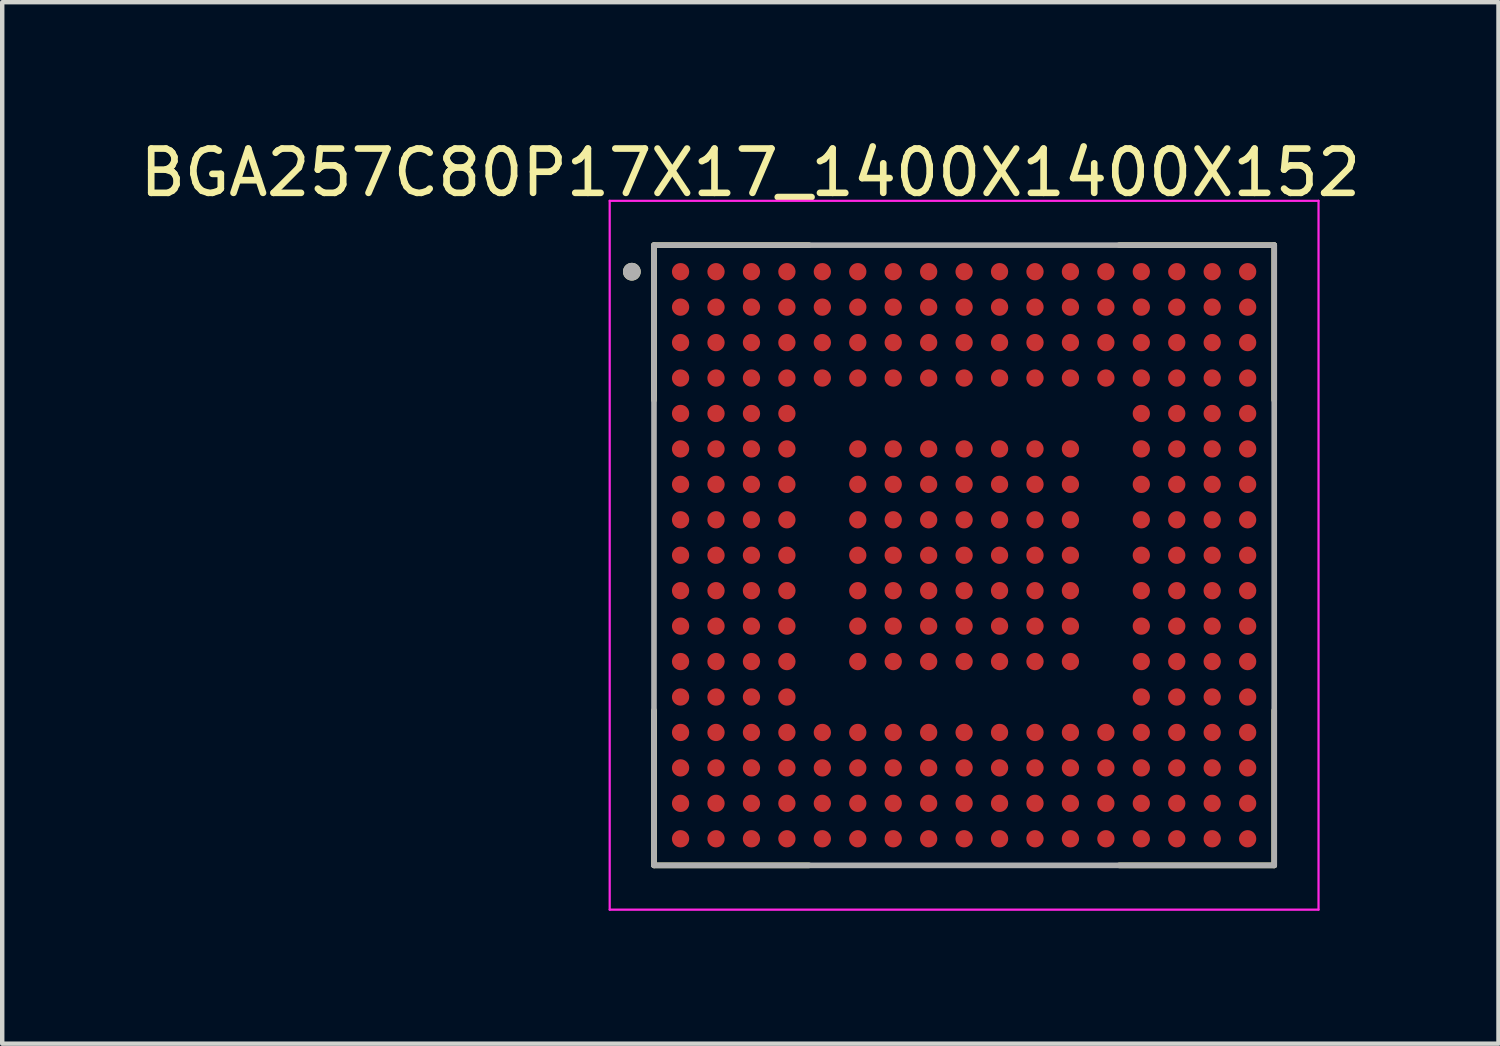
<source format=kicad_pcb>
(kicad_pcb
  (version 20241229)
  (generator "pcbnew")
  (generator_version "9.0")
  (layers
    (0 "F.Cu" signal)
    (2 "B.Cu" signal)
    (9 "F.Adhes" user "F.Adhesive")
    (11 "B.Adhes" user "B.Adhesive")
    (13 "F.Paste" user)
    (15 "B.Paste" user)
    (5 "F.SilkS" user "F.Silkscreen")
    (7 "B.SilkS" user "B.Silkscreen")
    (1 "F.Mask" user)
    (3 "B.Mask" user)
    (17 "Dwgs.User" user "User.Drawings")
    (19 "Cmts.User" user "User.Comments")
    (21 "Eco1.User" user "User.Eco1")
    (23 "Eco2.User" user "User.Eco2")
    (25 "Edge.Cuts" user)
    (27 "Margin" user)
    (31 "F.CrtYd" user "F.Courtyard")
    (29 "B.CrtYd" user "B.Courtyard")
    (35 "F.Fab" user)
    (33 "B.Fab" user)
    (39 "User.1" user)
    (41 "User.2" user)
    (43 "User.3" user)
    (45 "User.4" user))
  (footprint "BGA257C80P17X17_1400X1400X152"
    (layer "F.Cu")
    (at 18.712 9.483)
    (property "Reference" "BGA257C80P17X17_1400X1400X152" (at -4.825 -8.635 0) (layer "F.SilkS") (effects (font (size 1 1) (thickness 0.15))))
    (attr through_hole)
    (fp_line (start -7 -7) (end -7 -3.5) (stroke (width 0.127) (type solid)) (layer "F.SilkS"))
    (fp_line (start -7 -7) (end -3.5 -7) (stroke (width 0.127) (type solid)) (layer "F.SilkS"))
    (fp_line (start -7 7) (end -7 3.5) (stroke (width 0.127) (type solid)) (layer "F.SilkS"))
    (fp_line (start -7 7) (end -3.5 7) (stroke (width 0.127) (type solid)) (layer "F.SilkS"))
    (fp_line (start 7 -7) (end 3.5 -7) (stroke (width 0.127) (type solid)) (layer "F.SilkS"))
    (fp_line (start 7 -7) (end 7 -3.5) (stroke (width 0.127) (type solid)) (layer "F.SilkS"))
    (fp_line (start 7 7) (end 3.5 7) (stroke (width 0.127) (type solid)) (layer "F.SilkS"))
    (fp_line (start 7 7) (end 7 3.5) (stroke (width 0.127) (type solid)) (layer "F.SilkS"))
    (fp_circle (center -7.5 -6.4) (end -7.4 -6.4) (stroke (width 0.2) (type solid)) (fill no) (layer "F.SilkS"))
    (fp_line (start -8 -8) (end 8 -8) (stroke (width 0.05) (type solid)) (layer "F.CrtYd"))
    (fp_line (start -8 8) (end -8 -8) (stroke (width 0.05) (type solid)) (layer "F.CrtYd"))
    (fp_line (start -8 8) (end 8 8) (stroke (width 0.05) (type solid)) (layer "F.CrtYd"))
    (fp_line (start 8 8) (end 8 -8) (stroke (width 0.05) (type solid)) (layer "F.CrtYd"))
    (fp_line (start -7 7) (end -7 -7) (stroke (width 0.127) (type solid)) (layer "F.Fab"))
    (fp_line (start 7 -7) (end -7 -7) (stroke (width 0.127) (type solid)) (layer "F.Fab"))
    (fp_line (start 7 7) (end -7 7) (stroke (width 0.127) (type solid)) (layer "F.Fab"))
    (fp_line (start 7 7) (end 7 -7) (stroke (width 0.127) (type solid)) (layer "F.Fab"))
    (fp_circle (center -7.5 -6.4) (end -7.4 -6.4) (stroke (width 0.2) (type solid)) (fill no) (layer "F.Fab"))
    (pad "A1" smd circle (at -6.4 -6.4) (size 0.39 0.39) (layers "F.Cu" "F.Mask" "F.Paste"))
    (pad "A2" smd circle (at -5.6 -6.4) (size 0.39 0.39) (layers "F.Cu" "F.Mask" "F.Paste"))
    (pad "A3" smd circle (at -4.8 -6.4) (size 0.39 0.39) (layers "F.Cu" "F.Mask" "F.Paste"))
    (pad "A4" smd circle (at -4 -6.4) (size 0.39 0.39) (layers "F.Cu" "F.Mask" "F.Paste"))
    (pad "A5" smd circle (at -3.2 -6.4) (size 0.39 0.39) (layers "F.Cu" "F.Mask" "F.Paste"))
    (pad "A6" smd circle (at -2.4 -6.4) (size 0.39 0.39) (layers "F.Cu" "F.Mask" "F.Paste"))
    (pad "A7" smd circle (at -1.6 -6.4) (size 0.39 0.39) (layers "F.Cu" "F.Mask" "F.Paste"))
    (pad "A8" smd circle (at -0.8 -6.4) (size 0.39 0.39) (layers "F.Cu" "F.Mask" "F.Paste"))
    (pad "A9" smd circle (at 0 -6.4) (size 0.39 0.39) (layers "F.Cu" "F.Mask" "F.Paste"))
    (pad "A10" smd circle (at 0.8 -6.4) (size 0.39 0.39) (layers "F.Cu" "F.Mask" "F.Paste"))
    (pad "A11" smd circle (at 1.6 -6.4) (size 0.39 0.39) (layers "F.Cu" "F.Mask" "F.Paste"))
    (pad "A12" smd circle (at 2.4 -6.4) (size 0.39 0.39) (layers "F.Cu" "F.Mask" "F.Paste"))
    (pad "A13" smd circle (at 3.2 -6.4) (size 0.39 0.39) (layers "F.Cu" "F.Mask" "F.Paste"))
    (pad "A14" smd circle (at 4 -6.4) (size 0.39 0.39) (layers "F.Cu" "F.Mask" "F.Paste"))
    (pad "A15" smd circle (at 4.8 -6.4) (size 0.39 0.39) (layers "F.Cu" "F.Mask" "F.Paste"))
    (pad "A16" smd circle (at 5.6 -6.4) (size 0.39 0.39) (layers "F.Cu" "F.Mask" "F.Paste"))
    (pad "A17" smd circle (at 6.4 -6.4) (size 0.39 0.39) (layers "F.Cu" "F.Mask" "F.Paste"))
    (pad "B1" smd circle (at -6.4 -5.6) (size 0.39 0.39) (layers "F.Cu" "F.Mask" "F.Paste"))
    (pad "B2" smd circle (at -5.6 -5.6) (size 0.39 0.39) (layers "F.Cu" "F.Mask" "F.Paste"))
    (pad "B3" smd circle (at -4.8 -5.6) (size 0.39 0.39) (layers "F.Cu" "F.Mask" "F.Paste"))
    (pad "B4" smd circle (at -4 -5.6) (size 0.39 0.39) (layers "F.Cu" "F.Mask" "F.Paste"))
    (pad "B5" smd circle (at -3.2 -5.6) (size 0.39 0.39) (layers "F.Cu" "F.Mask" "F.Paste"))
    (pad "B6" smd circle (at -2.4 -5.6) (size 0.39 0.39) (layers "F.Cu" "F.Mask" "F.Paste"))
    (pad "B7" smd circle (at -1.6 -5.6) (size 0.39 0.39) (layers "F.Cu" "F.Mask" "F.Paste"))
    (pad "B8" smd circle (at -0.8 -5.6) (size 0.39 0.39) (layers "F.Cu" "F.Mask" "F.Paste"))
    (pad "B9" smd circle (at 0 -5.6) (size 0.39 0.39) (layers "F.Cu" "F.Mask" "F.Paste"))
    (pad "B10" smd circle (at 0.8 -5.6) (size 0.39 0.39) (layers "F.Cu" "F.Mask" "F.Paste"))
    (pad "B11" smd circle (at 1.6 -5.6) (size 0.39 0.39) (layers "F.Cu" "F.Mask" "F.Paste"))
    (pad "B12" smd circle (at 2.4 -5.6) (size 0.39 0.39) (layers "F.Cu" "F.Mask" "F.Paste"))
    (pad "B13" smd circle (at 3.2 -5.6) (size 0.39 0.39) (layers "F.Cu" "F.Mask" "F.Paste"))
    (pad "B14" smd circle (at 4 -5.6) (size 0.39 0.39) (layers "F.Cu" "F.Mask" "F.Paste"))
    (pad "B15" smd circle (at 4.8 -5.6) (size 0.39 0.39) (layers "F.Cu" "F.Mask" "F.Paste"))
    (pad "B16" smd circle (at 5.6 -5.6) (size 0.39 0.39) (layers "F.Cu" "F.Mask" "F.Paste"))
    (pad "B17" smd circle (at 6.4 -5.6) (size 0.39 0.39) (layers "F.Cu" "F.Mask" "F.Paste"))
    (pad "C1" smd circle (at -6.4 -4.8) (size 0.39 0.39) (layers "F.Cu" "F.Mask" "F.Paste"))
    (pad "C2" smd circle (at -5.6 -4.8) (size 0.39 0.39) (layers "F.Cu" "F.Mask" "F.Paste"))
    (pad "C3" smd circle (at -4.8 -4.8) (size 0.39 0.39) (layers "F.Cu" "F.Mask" "F.Paste"))
    (pad "C4" smd circle (at -4 -4.8) (size 0.39 0.39) (layers "F.Cu" "F.Mask" "F.Paste"))
    (pad "C5" smd circle (at -3.2 -4.8) (size 0.39 0.39) (layers "F.Cu" "F.Mask" "F.Paste"))
    (pad "C6" smd circle (at -2.4 -4.8) (size 0.39 0.39) (layers "F.Cu" "F.Mask" "F.Paste"))
    (pad "C7" smd circle (at -1.6 -4.8) (size 0.39 0.39) (layers "F.Cu" "F.Mask" "F.Paste"))
    (pad "C8" smd circle (at -0.8 -4.8) (size 0.39 0.39) (layers "F.Cu" "F.Mask" "F.Paste"))
    (pad "C9" smd circle (at 0 -4.8) (size 0.39 0.39) (layers "F.Cu" "F.Mask" "F.Paste"))
    (pad "C10" smd circle (at 0.8 -4.8) (size 0.39 0.39) (layers "F.Cu" "F.Mask" "F.Paste"))
    (pad "C11" smd circle (at 1.6 -4.8) (size 0.39 0.39) (layers "F.Cu" "F.Mask" "F.Paste"))
    (pad "C12" smd circle (at 2.4 -4.8) (size 0.39 0.39) (layers "F.Cu" "F.Mask" "F.Paste"))
    (pad "C13" smd circle (at 3.2 -4.8) (size 0.39 0.39) (layers "F.Cu" "F.Mask" "F.Paste"))
    (pad "C14" smd circle (at 4 -4.8) (size 0.39 0.39) (layers "F.Cu" "F.Mask" "F.Paste"))
    (pad "C15" smd circle (at 4.8 -4.8) (size 0.39 0.39) (layers "F.Cu" "F.Mask" "F.Paste"))
    (pad "C16" smd circle (at 5.6 -4.8) (size 0.39 0.39) (layers "F.Cu" "F.Mask" "F.Paste"))
    (pad "C17" smd circle (at 6.4 -4.8) (size 0.39 0.39) (layers "F.Cu" "F.Mask" "F.Paste"))
    (pad "D1" smd circle (at -6.4 -4) (size 0.39 0.39) (layers "F.Cu" "F.Mask" "F.Paste"))
    (pad "D2" smd circle (at -5.6 -4) (size 0.39 0.39) (layers "F.Cu" "F.Mask" "F.Paste"))
    (pad "D3" smd circle (at -4.8 -4) (size 0.39 0.39) (layers "F.Cu" "F.Mask" "F.Paste"))
    (pad "D4" smd circle (at -4 -4) (size 0.39 0.39) (layers "F.Cu" "F.Mask" "F.Paste"))
    (pad "D5" smd circle (at -3.2 -4) (size 0.39 0.39) (layers "F.Cu" "F.Mask" "F.Paste"))
    (pad "D6" smd circle (at -2.4 -4) (size 0.39 0.39) (layers "F.Cu" "F.Mask" "F.Paste"))
    (pad "D7" smd circle (at -1.6 -4) (size 0.39 0.39) (layers "F.Cu" "F.Mask" "F.Paste"))
    (pad "D8" smd circle (at -0.8 -4) (size 0.39 0.39) (layers "F.Cu" "F.Mask" "F.Paste"))
    (pad "D9" smd circle (at 0 -4) (size 0.39 0.39) (layers "F.Cu" "F.Mask" "F.Paste"))
    (pad "D10" smd circle (at 0.8 -4) (size 0.39 0.39) (layers "F.Cu" "F.Mask" "F.Paste"))
    (pad "D11" smd circle (at 1.6 -4) (size 0.39 0.39) (layers "F.Cu" "F.Mask" "F.Paste"))
    (pad "D12" smd circle (at 2.4 -4) (size 0.39 0.39) (layers "F.Cu" "F.Mask" "F.Paste"))
    (pad "D13" smd circle (at 3.2 -4) (size 0.39 0.39) (layers "F.Cu" "F.Mask" "F.Paste"))
    (pad "D14" smd circle (at 4 -4) (size 0.39 0.39) (layers "F.Cu" "F.Mask" "F.Paste"))
    (pad "D15" smd circle (at 4.8 -4) (size 0.39 0.39) (layers "F.Cu" "F.Mask" "F.Paste"))
    (pad "D16" smd circle (at 5.6 -4) (size 0.39 0.39) (layers "F.Cu" "F.Mask" "F.Paste"))
    (pad "D17" smd circle (at 6.4 -4) (size 0.39 0.39) (layers "F.Cu" "F.Mask" "F.Paste"))
    (pad "E1" smd circle (at -6.4 -3.2) (size 0.39 0.39) (layers "F.Cu" "F.Mask" "F.Paste"))
    (pad "E2" smd circle (at -5.6 -3.2) (size 0.39 0.39) (layers "F.Cu" "F.Mask" "F.Paste"))
    (pad "E3" smd circle (at -4.8 -3.2) (size 0.39 0.39) (layers "F.Cu" "F.Mask" "F.Paste"))
    (pad "E4" smd circle (at -4 -3.2) (size 0.39 0.39) (layers "F.Cu" "F.Mask" "F.Paste"))
    (pad "E14" smd circle (at 4 -3.2) (size 0.39 0.39) (layers "F.Cu" "F.Mask" "F.Paste"))
    (pad "E15" smd circle (at 4.8 -3.2) (size 0.39 0.39) (layers "F.Cu" "F.Mask" "F.Paste"))
    (pad "E16" smd circle (at 5.6 -3.2) (size 0.39 0.39) (layers "F.Cu" "F.Mask" "F.Paste"))
    (pad "E17" smd circle (at 6.4 -3.2) (size 0.39 0.39) (layers "F.Cu" "F.Mask" "F.Paste"))
    (pad "F1" smd circle (at -6.4 -2.4) (size 0.39 0.39) (layers "F.Cu" "F.Mask" "F.Paste"))
    (pad "F2" smd circle (at -5.6 -2.4) (size 0.39 0.39) (layers "F.Cu" "F.Mask" "F.Paste"))
    (pad "F3" smd circle (at -4.8 -2.4) (size 0.39 0.39) (layers "F.Cu" "F.Mask" "F.Paste"))
    (pad "F4" smd circle (at -4 -2.4) (size 0.39 0.39) (layers "F.Cu" "F.Mask" "F.Paste"))
    (pad "F6" smd circle (at -2.4 -2.4) (size 0.39 0.39) (layers "F.Cu" "F.Mask" "F.Paste"))
    (pad "F7" smd circle (at -1.6 -2.4) (size 0.39 0.39) (layers "F.Cu" "F.Mask" "F.Paste"))
    (pad "F8" smd circle (at -0.8 -2.4) (size 0.39 0.39) (layers "F.Cu" "F.Mask" "F.Paste"))
    (pad "F9" smd circle (at 0 -2.4) (size 0.39 0.39) (layers "F.Cu" "F.Mask" "F.Paste"))
    (pad "F10" smd circle (at 0.8 -2.4) (size 0.39 0.39) (layers "F.Cu" "F.Mask" "F.Paste"))
    (pad "F11" smd circle (at 1.6 -2.4) (size 0.39 0.39) (layers "F.Cu" "F.Mask" "F.Paste"))
    (pad "F12" smd circle (at 2.4 -2.4) (size 0.39 0.39) (layers "F.Cu" "F.Mask" "F.Paste"))
    (pad "F14" smd circle (at 4 -2.4) (size 0.39 0.39) (layers "F.Cu" "F.Mask" "F.Paste"))
    (pad "F15" smd circle (at 4.8 -2.4) (size 0.39 0.39) (layers "F.Cu" "F.Mask" "F.Paste"))
    (pad "F16" smd circle (at 5.6 -2.4) (size 0.39 0.39) (layers "F.Cu" "F.Mask" "F.Paste"))
    (pad "F17" smd circle (at 6.4 -2.4) (size 0.39 0.39) (layers "F.Cu" "F.Mask" "F.Paste"))
    (pad "G1" smd circle (at -6.4 -1.6) (size 0.39 0.39) (layers "F.Cu" "F.Mask" "F.Paste"))
    (pad "G2" smd circle (at -5.6 -1.6) (size 0.39 0.39) (layers "F.Cu" "F.Mask" "F.Paste"))
    (pad "G3" smd circle (at -4.8 -1.6) (size 0.39 0.39) (layers "F.Cu" "F.Mask" "F.Paste"))
    (pad "G4" smd circle (at -4 -1.6) (size 0.39 0.39) (layers "F.Cu" "F.Mask" "F.Paste"))
    (pad "G6" smd circle (at -2.4 -1.6) (size 0.39 0.39) (layers "F.Cu" "F.Mask" "F.Paste"))
    (pad "G7" smd circle (at -1.6 -1.6) (size 0.39 0.39) (layers "F.Cu" "F.Mask" "F.Paste"))
    (pad "G8" smd circle (at -0.8 -1.6) (size 0.39 0.39) (layers "F.Cu" "F.Mask" "F.Paste"))
    (pad "G9" smd circle (at 0 -1.6) (size 0.39 0.39) (layers "F.Cu" "F.Mask" "F.Paste"))
    (pad "G10" smd circle (at 0.8 -1.6) (size 0.39 0.39) (layers "F.Cu" "F.Mask" "F.Paste"))
    (pad "G11" smd circle (at 1.6 -1.6) (size 0.39 0.39) (layers "F.Cu" "F.Mask" "F.Paste"))
    (pad "G12" smd circle (at 2.4 -1.6) (size 0.39 0.39) (layers "F.Cu" "F.Mask" "F.Paste"))
    (pad "G14" smd circle (at 4 -1.6) (size 0.39 0.39) (layers "F.Cu" "F.Mask" "F.Paste"))
    (pad "G15" smd circle (at 4.8 -1.6) (size 0.39 0.39) (layers "F.Cu" "F.Mask" "F.Paste"))
    (pad "G16" smd circle (at 5.6 -1.6) (size 0.39 0.39) (layers "F.Cu" "F.Mask" "F.Paste"))
    (pad "G17" smd circle (at 6.4 -1.6) (size 0.39 0.39) (layers "F.Cu" "F.Mask" "F.Paste"))
    (pad "H1" smd circle (at -6.4 -0.8) (size 0.39 0.39) (layers "F.Cu" "F.Mask" "F.Paste"))
    (pad "H2" smd circle (at -5.6 -0.8) (size 0.39 0.39) (layers "F.Cu" "F.Mask" "F.Paste"))
    (pad "H3" smd circle (at -4.8 -0.8) (size 0.39 0.39) (layers "F.Cu" "F.Mask" "F.Paste"))
    (pad "H4" smd circle (at -4 -0.8) (size 0.39 0.39) (layers "F.Cu" "F.Mask" "F.Paste"))
    (pad "H6" smd circle (at -2.4 -0.8) (size 0.39 0.39) (layers "F.Cu" "F.Mask" "F.Paste"))
    (pad "H7" smd circle (at -1.6 -0.8) (size 0.39 0.39) (layers "F.Cu" "F.Mask" "F.Paste"))
    (pad "H8" smd circle (at -0.8 -0.8) (size 0.39 0.39) (layers "F.Cu" "F.Mask" "F.Paste"))
    (pad "H9" smd circle (at 0 -0.8) (size 0.39 0.39) (layers "F.Cu" "F.Mask" "F.Paste"))
    (pad "H10" smd circle (at 0.8 -0.8) (size 0.39 0.39) (layers "F.Cu" "F.Mask" "F.Paste"))
    (pad "H11" smd circle (at 1.6 -0.8) (size 0.39 0.39) (layers "F.Cu" "F.Mask" "F.Paste"))
    (pad "H12" smd circle (at 2.4 -0.8) (size 0.39 0.39) (layers "F.Cu" "F.Mask" "F.Paste"))
    (pad "H14" smd circle (at 4 -0.8) (size 0.39 0.39) (layers "F.Cu" "F.Mask" "F.Paste"))
    (pad "H15" smd circle (at 4.8 -0.8) (size 0.39 0.39) (layers "F.Cu" "F.Mask" "F.Paste"))
    (pad "H16" smd circle (at 5.6 -0.8) (size 0.39 0.39) (layers "F.Cu" "F.Mask" "F.Paste"))
    (pad "H17" smd circle (at 6.4 -0.8) (size 0.39 0.39) (layers "F.Cu" "F.Mask" "F.Paste"))
    (pad "J1" smd circle (at -6.4 0) (size 0.39 0.39) (layers "F.Cu" "F.Mask" "F.Paste"))
    (pad "J2" smd circle (at -5.6 0) (size 0.39 0.39) (layers "F.Cu" "F.Mask" "F.Paste"))
    (pad "J3" smd circle (at -4.8 0) (size 0.39 0.39) (layers "F.Cu" "F.Mask" "F.Paste"))
    (pad "J4" smd circle (at -4 0) (size 0.39 0.39) (layers "F.Cu" "F.Mask" "F.Paste"))
    (pad "J6" smd circle (at -2.4 0) (size 0.39 0.39) (layers "F.Cu" "F.Mask" "F.Paste"))
    (pad "J7" smd circle (at -1.6 0) (size 0.39 0.39) (layers "F.Cu" "F.Mask" "F.Paste"))
    (pad "J8" smd circle (at -0.8 0) (size 0.39 0.39) (layers "F.Cu" "F.Mask" "F.Paste"))
    (pad "J9" smd circle (at 0 0) (size 0.39 0.39) (layers "F.Cu" "F.Mask" "F.Paste"))
    (pad "J10" smd circle (at 0.8 0) (size 0.39 0.39) (layers "F.Cu" "F.Mask" "F.Paste"))
    (pad "J11" smd circle (at 1.6 0) (size 0.39 0.39) (layers "F.Cu" "F.Mask" "F.Paste"))
    (pad "J12" smd circle (at 2.4 0) (size 0.39 0.39) (layers "F.Cu" "F.Mask" "F.Paste"))
    (pad "J14" smd circle (at 4 0) (size 0.39 0.39) (layers "F.Cu" "F.Mask" "F.Paste"))
    (pad "J15" smd circle (at 4.8 0) (size 0.39 0.39) (layers "F.Cu" "F.Mask" "F.Paste"))
    (pad "J16" smd circle (at 5.6 0) (size 0.39 0.39) (layers "F.Cu" "F.Mask" "F.Paste"))
    (pad "J17" smd circle (at 6.4 0) (size 0.39 0.39) (layers "F.Cu" "F.Mask" "F.Paste"))
    (pad "K1" smd circle (at -6.4 0.8) (size 0.39 0.39) (layers "F.Cu" "F.Mask" "F.Paste"))
    (pad "K2" smd circle (at -5.6 0.8) (size 0.39 0.39) (layers "F.Cu" "F.Mask" "F.Paste"))
    (pad "K3" smd circle (at -4.8 0.8) (size 0.39 0.39) (layers "F.Cu" "F.Mask" "F.Paste"))
    (pad "K4" smd circle (at -4 0.8) (size 0.39 0.39) (layers "F.Cu" "F.Mask" "F.Paste"))
    (pad "K6" smd circle (at -2.4 0.8) (size 0.39 0.39) (layers "F.Cu" "F.Mask" "F.Paste"))
    (pad "K7" smd circle (at -1.6 0.8) (size 0.39 0.39) (layers "F.Cu" "F.Mask" "F.Paste"))
    (pad "K8" smd circle (at -0.8 0.8) (size 0.39 0.39) (layers "F.Cu" "F.Mask" "F.Paste"))
    (pad "K9" smd circle (at 0 0.8) (size 0.39 0.39) (layers "F.Cu" "F.Mask" "F.Paste"))
    (pad "K10" smd circle (at 0.8 0.8) (size 0.39 0.39) (layers "F.Cu" "F.Mask" "F.Paste"))
    (pad "K11" smd circle (at 1.6 0.8) (size 0.39 0.39) (layers "F.Cu" "F.Mask" "F.Paste"))
    (pad "K12" smd circle (at 2.4 0.8) (size 0.39 0.39) (layers "F.Cu" "F.Mask" "F.Paste"))
    (pad "K14" smd circle (at 4 0.8) (size 0.39 0.39) (layers "F.Cu" "F.Mask" "F.Paste"))
    (pad "K15" smd circle (at 4.8 0.8) (size 0.39 0.39) (layers "F.Cu" "F.Mask" "F.Paste"))
    (pad "K16" smd circle (at 5.6 0.8) (size 0.39 0.39) (layers "F.Cu" "F.Mask" "F.Paste"))
    (pad "K17" smd circle (at 6.4 0.8) (size 0.39 0.39) (layers "F.Cu" "F.Mask" "F.Paste"))
    (pad "L1" smd circle (at -6.4 1.6) (size 0.39 0.39) (layers "F.Cu" "F.Mask" "F.Paste"))
    (pad "L2" smd circle (at -5.6 1.6) (size 0.39 0.39) (layers "F.Cu" "F.Mask" "F.Paste"))
    (pad "L3" smd circle (at -4.8 1.6) (size 0.39 0.39) (layers "F.Cu" "F.Mask" "F.Paste"))
    (pad "L4" smd circle (at -4 1.6) (size 0.39 0.39) (layers "F.Cu" "F.Mask" "F.Paste"))
    (pad "L6" smd circle (at -2.4 1.6) (size 0.39 0.39) (layers "F.Cu" "F.Mask" "F.Paste"))
    (pad "L7" smd circle (at -1.6 1.6) (size 0.39 0.39) (layers "F.Cu" "F.Mask" "F.Paste"))
    (pad "L8" smd circle (at -0.8 1.6) (size 0.39 0.39) (layers "F.Cu" "F.Mask" "F.Paste"))
    (pad "L9" smd circle (at 0 1.6) (size 0.39 0.39) (layers "F.Cu" "F.Mask" "F.Paste"))
    (pad "L10" smd circle (at 0.8 1.6) (size 0.39 0.39) (layers "F.Cu" "F.Mask" "F.Paste"))
    (pad "L11" smd circle (at 1.6 1.6) (size 0.39 0.39) (layers "F.Cu" "F.Mask" "F.Paste"))
    (pad "L12" smd circle (at 2.4 1.6) (size 0.39 0.39) (layers "F.Cu" "F.Mask" "F.Paste"))
    (pad "L14" smd circle (at 4 1.6) (size 0.39 0.39) (layers "F.Cu" "F.Mask" "F.Paste"))
    (pad "L15" smd circle (at 4.8 1.6) (size 0.39 0.39) (layers "F.Cu" "F.Mask" "F.Paste"))
    (pad "L16" smd circle (at 5.6 1.6) (size 0.39 0.39) (layers "F.Cu" "F.Mask" "F.Paste"))
    (pad "L17" smd circle (at 6.4 1.6) (size 0.39 0.39) (layers "F.Cu" "F.Mask" "F.Paste"))
    (pad "M1" smd circle (at -6.4 2.4) (size 0.39 0.39) (layers "F.Cu" "F.Mask" "F.Paste"))
    (pad "M2" smd circle (at -5.6 2.4) (size 0.39 0.39) (layers "F.Cu" "F.Mask" "F.Paste"))
    (pad "M3" smd circle (at -4.8 2.4) (size 0.39 0.39) (layers "F.Cu" "F.Mask" "F.Paste"))
    (pad "M4" smd circle (at -4 2.4) (size 0.39 0.39) (layers "F.Cu" "F.Mask" "F.Paste"))
    (pad "M6" smd circle (at -2.4 2.4) (size 0.39 0.39) (layers "F.Cu" "F.Mask" "F.Paste"))
    (pad "M7" smd circle (at -1.6 2.4) (size 0.39 0.39) (layers "F.Cu" "F.Mask" "F.Paste"))
    (pad "M8" smd circle (at -0.8 2.4) (size 0.39 0.39) (layers "F.Cu" "F.Mask" "F.Paste"))
    (pad "M9" smd circle (at 0 2.4) (size 0.39 0.39) (layers "F.Cu" "F.Mask" "F.Paste"))
    (pad "M10" smd circle (at 0.8 2.4) (size 0.39 0.39) (layers "F.Cu" "F.Mask" "F.Paste"))
    (pad "M11" smd circle (at 1.6 2.4) (size 0.39 0.39) (layers "F.Cu" "F.Mask" "F.Paste"))
    (pad "M12" smd circle (at 2.4 2.4) (size 0.39 0.39) (layers "F.Cu" "F.Mask" "F.Paste"))
    (pad "M14" smd circle (at 4 2.4) (size 0.39 0.39) (layers "F.Cu" "F.Mask" "F.Paste"))
    (pad "M15" smd circle (at 4.8 2.4) (size 0.39 0.39) (layers "F.Cu" "F.Mask" "F.Paste"))
    (pad "M16" smd circle (at 5.6 2.4) (size 0.39 0.39) (layers "F.Cu" "F.Mask" "F.Paste"))
    (pad "M17" smd circle (at 6.4 2.4) (size 0.39 0.39) (layers "F.Cu" "F.Mask" "F.Paste"))
    (pad "N1" smd circle (at -6.4 3.2) (size 0.39 0.39) (layers "F.Cu" "F.Mask" "F.Paste"))
    (pad "N2" smd circle (at -5.6 3.2) (size 0.39 0.39) (layers "F.Cu" "F.Mask" "F.Paste"))
    (pad "N3" smd circle (at -4.8 3.2) (size 0.39 0.39) (layers "F.Cu" "F.Mask" "F.Paste"))
    (pad "N4" smd circle (at -4 3.2) (size 0.39 0.39) (layers "F.Cu" "F.Mask" "F.Paste"))
    (pad "N14" smd circle (at 4 3.2) (size 0.39 0.39) (layers "F.Cu" "F.Mask" "F.Paste"))
    (pad "N15" smd circle (at 4.8 3.2) (size 0.39 0.39) (layers "F.Cu" "F.Mask" "F.Paste"))
    (pad "N16" smd circle (at 5.6 3.2) (size 0.39 0.39) (layers "F.Cu" "F.Mask" "F.Paste"))
    (pad "N17" smd circle (at 6.4 3.2) (size 0.39 0.39) (layers "F.Cu" "F.Mask" "F.Paste"))
    (pad "P1" smd circle (at -6.4 4) (size 0.39 0.39) (layers "F.Cu" "F.Mask" "F.Paste"))
    (pad "P2" smd circle (at -5.6 4) (size 0.39 0.39) (layers "F.Cu" "F.Mask" "F.Paste"))
    (pad "P3" smd circle (at -4.8 4) (size 0.39 0.39) (layers "F.Cu" "F.Mask" "F.Paste"))
    (pad "P4" smd circle (at -4 4) (size 0.39 0.39) (layers "F.Cu" "F.Mask" "F.Paste"))
    (pad "P5" smd circle (at -3.2 4) (size 0.39 0.39) (layers "F.Cu" "F.Mask" "F.Paste"))
    (pad "P6" smd circle (at -2.4 4) (size 0.39 0.39) (layers "F.Cu" "F.Mask" "F.Paste"))
    (pad "P7" smd circle (at -1.6 4) (size 0.39 0.39) (layers "F.Cu" "F.Mask" "F.Paste"))
    (pad "P8" smd circle (at -0.8 4) (size 0.39 0.39) (layers "F.Cu" "F.Mask" "F.Paste"))
    (pad "P9" smd circle (at 0 4) (size 0.39 0.39) (layers "F.Cu" "F.Mask" "F.Paste"))
    (pad "P10" smd circle (at 0.8 4) (size 0.39 0.39) (layers "F.Cu" "F.Mask" "F.Paste"))
    (pad "P11" smd circle (at 1.6 4) (size 0.39 0.39) (layers "F.Cu" "F.Mask" "F.Paste"))
    (pad "P12" smd circle (at 2.4 4) (size 0.39 0.39) (layers "F.Cu" "F.Mask" "F.Paste"))
    (pad "P13" smd circle (at 3.2 4) (size 0.39 0.39) (layers "F.Cu" "F.Mask" "F.Paste"))
    (pad "P14" smd circle (at 4 4) (size 0.39 0.39) (layers "F.Cu" "F.Mask" "F.Paste"))
    (pad "P15" smd circle (at 4.8 4) (size 0.39 0.39) (layers "F.Cu" "F.Mask" "F.Paste"))
    (pad "P16" smd circle (at 5.6 4) (size 0.39 0.39) (layers "F.Cu" "F.Mask" "F.Paste"))
    (pad "P17" smd circle (at 6.4 4) (size 0.39 0.39) (layers "F.Cu" "F.Mask" "F.Paste"))
    (pad "R1" smd circle (at -6.4 4.8) (size 0.39 0.39) (layers "F.Cu" "F.Mask" "F.Paste"))
    (pad "R2" smd circle (at -5.6 4.8) (size 0.39 0.39) (layers "F.Cu" "F.Mask" "F.Paste"))
    (pad "R3" smd circle (at -4.8 4.8) (size 0.39 0.39) (layers "F.Cu" "F.Mask" "F.Paste"))
    (pad "R4" smd circle (at -4 4.8) (size 0.39 0.39) (layers "F.Cu" "F.Mask" "F.Paste"))
    (pad "R5" smd circle (at -3.2 4.8) (size 0.39 0.39) (layers "F.Cu" "F.Mask" "F.Paste"))
    (pad "R6" smd circle (at -2.4 4.8) (size 0.39 0.39) (layers "F.Cu" "F.Mask" "F.Paste"))
    (pad "R7" smd circle (at -1.6 4.8) (size 0.39 0.39) (layers "F.Cu" "F.Mask" "F.Paste"))
    (pad "R8" smd circle (at -0.8 4.8) (size 0.39 0.39) (layers "F.Cu" "F.Mask" "F.Paste"))
    (pad "R9" smd circle (at 0 4.8) (size 0.39 0.39) (layers "F.Cu" "F.Mask" "F.Paste"))
    (pad "R10" smd circle (at 0.8 4.8) (size 0.39 0.39) (layers "F.Cu" "F.Mask" "F.Paste"))
    (pad "R11" smd circle (at 1.6 4.8) (size 0.39 0.39) (layers "F.Cu" "F.Mask" "F.Paste"))
    (pad "R12" smd circle (at 2.4 4.8) (size 0.39 0.39) (layers "F.Cu" "F.Mask" "F.Paste"))
    (pad "R13" smd circle (at 3.2 4.8) (size 0.39 0.39) (layers "F.Cu" "F.Mask" "F.Paste"))
    (pad "R14" smd circle (at 4 4.8) (size 0.39 0.39) (layers "F.Cu" "F.Mask" "F.Paste"))
    (pad "R15" smd circle (at 4.8 4.8) (size 0.39 0.39) (layers "F.Cu" "F.Mask" "F.Paste"))
    (pad "R16" smd circle (at 5.6 4.8) (size 0.39 0.39) (layers "F.Cu" "F.Mask" "F.Paste"))
    (pad "R17" smd circle (at 6.4 4.8) (size 0.39 0.39) (layers "F.Cu" "F.Mask" "F.Paste"))
    (pad "T1" smd circle (at -6.4 5.6) (size 0.39 0.39) (layers "F.Cu" "F.Mask" "F.Paste"))
    (pad "T2" smd circle (at -5.6 5.6) (size 0.39 0.39) (layers "F.Cu" "F.Mask" "F.Paste"))
    (pad "T3" smd circle (at -4.8 5.6) (size 0.39 0.39) (layers "F.Cu" "F.Mask" "F.Paste"))
    (pad "T4" smd circle (at -4 5.6) (size 0.39 0.39) (layers "F.Cu" "F.Mask" "F.Paste"))
    (pad "T5" smd circle (at -3.2 5.6) (size 0.39 0.39) (layers "F.Cu" "F.Mask" "F.Paste"))
    (pad "T6" smd circle (at -2.4 5.6) (size 0.39 0.39) (layers "F.Cu" "F.Mask" "F.Paste"))
    (pad "T7" smd circle (at -1.6 5.6) (size 0.39 0.39) (layers "F.Cu" "F.Mask" "F.Paste"))
    (pad "T8" smd circle (at -0.8 5.6) (size 0.39 0.39) (layers "F.Cu" "F.Mask" "F.Paste"))
    (pad "T9" smd circle (at 0 5.6) (size 0.39 0.39) (layers "F.Cu" "F.Mask" "F.Paste"))
    (pad "T10" smd circle (at 0.8 5.6) (size 0.39 0.39) (layers "F.Cu" "F.Mask" "F.Paste"))
    (pad "T11" smd circle (at 1.6 5.6) (size 0.39 0.39) (layers "F.Cu" "F.Mask" "F.Paste"))
    (pad "T12" smd circle (at 2.4 5.6) (size 0.39 0.39) (layers "F.Cu" "F.Mask" "F.Paste"))
    (pad "T13" smd circle (at 3.2 5.6) (size 0.39 0.39) (layers "F.Cu" "F.Mask" "F.Paste"))
    (pad "T14" smd circle (at 4 5.6) (size 0.39 0.39) (layers "F.Cu" "F.Mask" "F.Paste"))
    (pad "T15" smd circle (at 4.8 5.6) (size 0.39 0.39) (layers "F.Cu" "F.Mask" "F.Paste"))
    (pad "T16" smd circle (at 5.6 5.6) (size 0.39 0.39) (layers "F.Cu" "F.Mask" "F.Paste"))
    (pad "T17" smd circle (at 6.4 5.6) (size 0.39 0.39) (layers "F.Cu" "F.Mask" "F.Paste"))
    (pad "U1" smd circle (at -6.4 6.4) (size 0.39 0.39) (layers "F.Cu" "F.Mask" "F.Paste"))
    (pad "U2" smd circle (at -5.6 6.4) (size 0.39 0.39) (layers "F.Cu" "F.Mask" "F.Paste"))
    (pad "U3" smd circle (at -4.8 6.4) (size 0.39 0.39) (layers "F.Cu" "F.Mask" "F.Paste"))
    (pad "U4" smd circle (at -4 6.4) (size 0.39 0.39) (layers "F.Cu" "F.Mask" "F.Paste"))
    (pad "U5" smd circle (at -3.2 6.4) (size 0.39 0.39) (layers "F.Cu" "F.Mask" "F.Paste"))
    (pad "U6" smd circle (at -2.4 6.4) (size 0.39 0.39) (layers "F.Cu" "F.Mask" "F.Paste"))
    (pad "U7" smd circle (at -1.6 6.4) (size 0.39 0.39) (layers "F.Cu" "F.Mask" "F.Paste"))
    (pad "U8" smd circle (at -0.8 6.4) (size 0.39 0.39) (layers "F.Cu" "F.Mask" "F.Paste"))
    (pad "U9" smd circle (at 0 6.4) (size 0.39 0.39) (layers "F.Cu" "F.Mask" "F.Paste"))
    (pad "U10" smd circle (at 0.8 6.4) (size 0.39 0.39) (layers "F.Cu" "F.Mask" "F.Paste"))
    (pad "U11" smd circle (at 1.6 6.4) (size 0.39 0.39) (layers "F.Cu" "F.Mask" "F.Paste"))
    (pad "U12" smd circle (at 2.4 6.4) (size 0.39 0.39) (layers "F.Cu" "F.Mask" "F.Paste"))
    (pad "U13" smd circle (at 3.2 6.4) (size 0.39 0.39) (layers "F.Cu" "F.Mask" "F.Paste"))
    (pad "U14" smd circle (at 4 6.4) (size 0.39 0.39) (layers "F.Cu" "F.Mask" "F.Paste"))
    (pad "U15" smd circle (at 4.8 6.4) (size 0.39 0.39) (layers "F.Cu" "F.Mask" "F.Paste"))
    (pad "U16" smd circle (at 5.6 6.4) (size 0.39 0.39) (layers "F.Cu" "F.Mask" "F.Paste"))
    (pad "U17" smd circle (at 6.4 6.4) (size 0.39 0.39) (layers "F.Cu" "F.Mask" "F.Paste")))
  (gr_rect
    (start -3 -3)
    (end 30.774 20.508)
    (stroke (width 0.1) (type default))
    (fill no)
    (layer "Edge.Cuts")))
</source>
